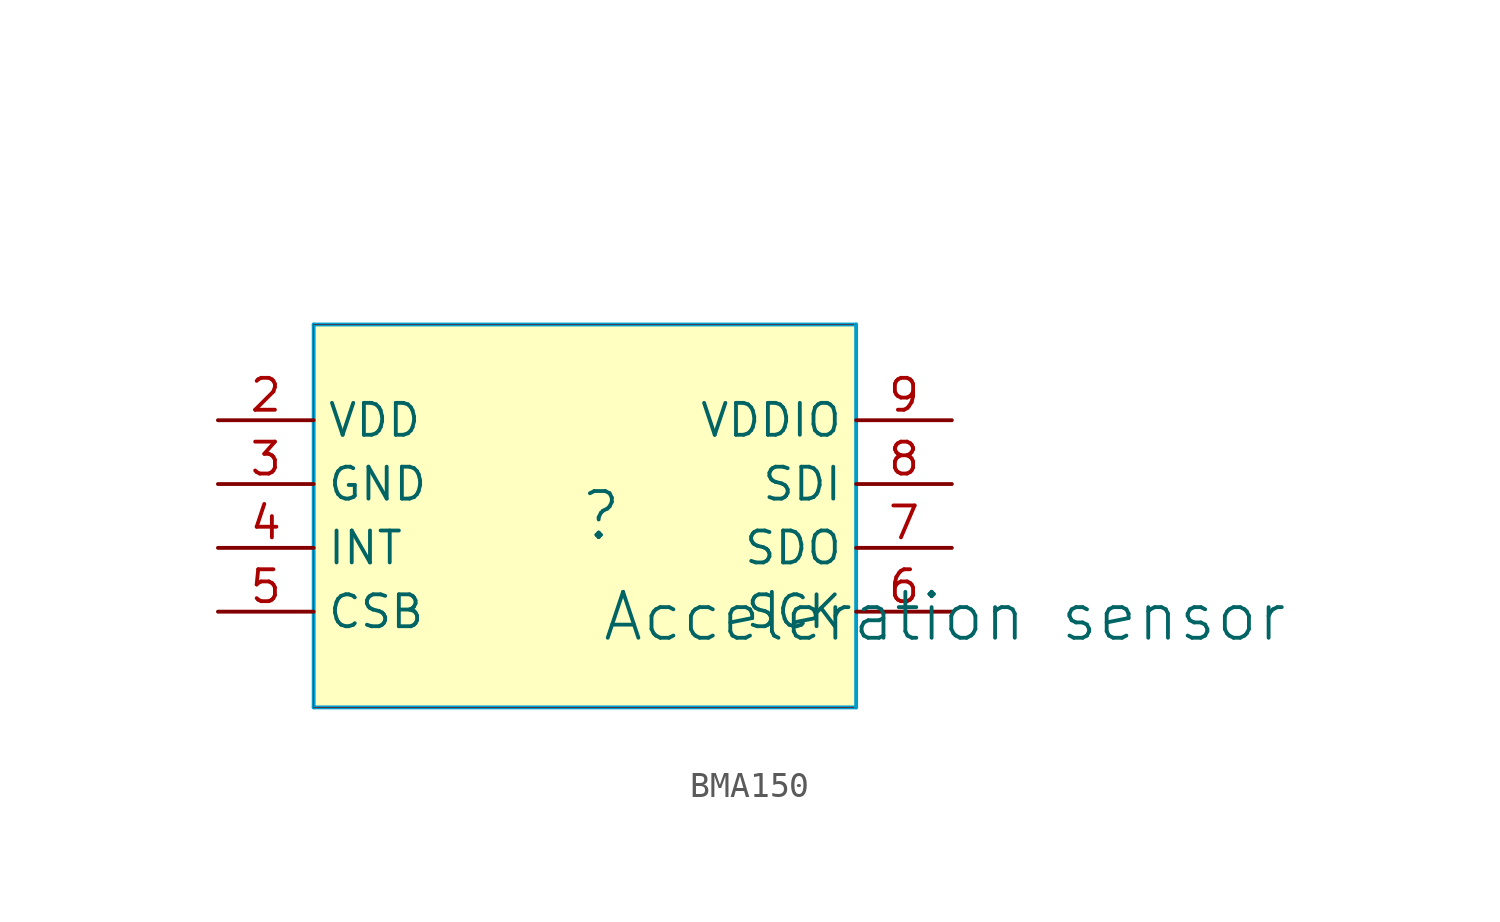
<source format=kicad_sym>
(kicad_symbol_lib
  (version 20241209)
  (generator "kicad_symbol_editor")
  (generator_version "9.0")
  (symbol "BMA150"
    (property "Reference" ""
      (at -1.27 1.27 0)
      (effects (font (size 1.829 1.829))))
    (property "Value" "Acceleration sensor"
      (at -1.27 -3.81 0)
      (effects (font (size 1.829 1.829)) (justify left bottom)))
    (symbol "BMA150_1_0"
      (polyline (pts (xy -12.7 8.89) (xy 8.89 8.89)) (stroke (width 0) (type solid) (color 0 156 202 1)) (fill (type none)))
      (polyline (pts (xy -12.7 -6.35) (xy -12.7 8.89)) (stroke (width 0) (type solid) (color 0 156 202 1)) (fill (type none)))
      (polyline (pts (xy -12.7 -6.35) (xy 8.89 -6.35)) (stroke (width 0) (type solid) (color 0 156 202 1)) (fill (type none)))
      (rectangle (start 8.89 8.89) (end -12.7 -6.35) (stroke (width 0.025) (type solid) (color 128 0 0 1)) (fill (type background)))
      (polyline (pts (xy 8.89 -6.35) (xy 8.89 8.89)) (stroke (width 0) (type solid) (color 0 156 202 1)) (fill (type none)))
      (pin passive line (at -16.51 7.62 0) (length 3.81) (hide yes) (name "NC" (effects (font (size 1.27 1.27)))) (number "1" (effects (font (size 1.27 1.27)))))
      (pin passive line (at -16.51 5.08 0) (length 3.81) (name "VDD" (effects (font (size 1.27 1.27)))) (number "2" (effects (font (size 1.27 1.27)))))
      (pin passive line (at -16.51 2.54 0) (length 3.81) (name "GND" (effects (font (size 1.27 1.27)))) (number "3" (effects (font (size 1.27 1.27)))))
      (pin passive line (at -16.51 0 0) (length 3.81) (name "INT" (effects (font (size 1.27 1.27)))) (number "4" (effects (font (size 1.27 1.27)))))
      (pin passive line (at -16.51 -2.54 0) (length 3.81) (name "CSB" (effects (font (size 1.27 1.27)))) (number "5" (effects (font (size 1.27 1.27)))))
      (pin passive line (at -3.81 15.24 270) (length 3.81) (hide yes) (name "NC" (effects (font (size 1.27 1.27)))) (number "11" (effects (font (size 1.27 1.27)))))
      (pin passive line (at -1.27 15.24 270) (length 3.81) (hide yes) (name "NC" (effects (font (size 1.27 1.27)))) (number "12" (effects (font (size 1.27 1.27)))))
      (pin passive line (at 12.7 7.62 180) (length 3.81) (hide yes) (name "NC" (effects (font (size 1.27 1.27)))) (number "10" (effects (font (size 1.27 1.27)))))
      (pin passive line (at 12.7 5.08 180) (length 3.81) (name "VDDIO" (effects (font (size 1.27 1.27)))) (number "9" (effects (font (size 1.27 1.27)))))
      (pin passive line (at 12.7 2.54 180) (length 3.81) (name "SDI" (effects (font (size 1.27 1.27)))) (number "8" (effects (font (size 1.27 1.27)))))
      (pin passive line (at 12.7 0 180) (length 3.81) (name "SDO" (effects (font (size 1.27 1.27)))) (number "7" (effects (font (size 1.27 1.27)))))
      (pin passive line (at 12.7 -2.54 180) (length 3.81) (name "SCK" (effects (font (size 1.27 1.27)))) (number "6" (effects (font (size 1.27 1.27))))))))
</source>
